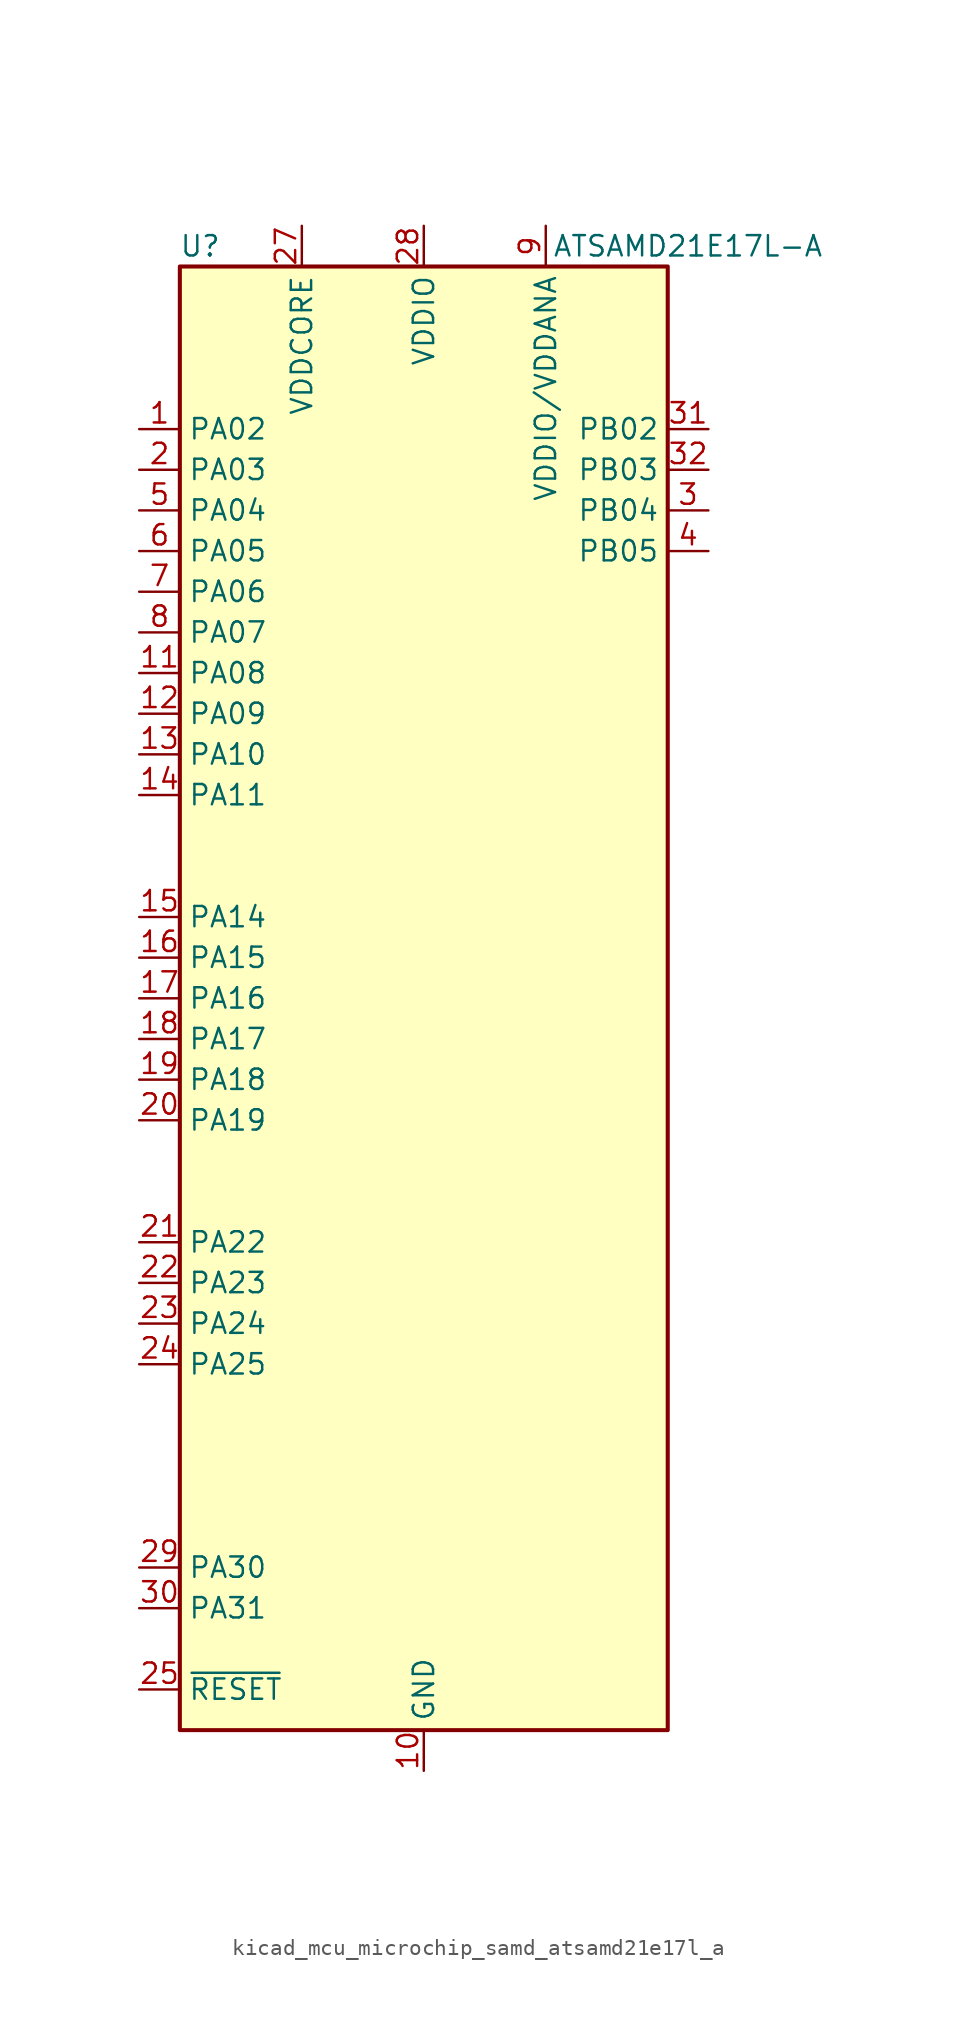
<source format=kicad_sym>
(kicad_symbol_lib
  (version 20220914)
  (generator kicad_symbol_editor)
  (symbol "kicad_mcu_microchip_samd_atsamd21e17l_a"
    (property "Reference" "U"
      (at -13.97 46.99 0)
      (effects (font (size 1.27 1.27))))
    (property "Value" "ATSAMD21E17L-A"
      (at 16.51 46.99 0)
      (effects (font (size 1.27 1.27))))
    (symbol "kicad_mcu_microchip_samd_atsamd21e17l_a_1_1"
      (rectangle (start -15.24 45.72) (end 15.24 -45.72) (stroke (width 0.254) (type default)) (fill (type background)))
      (pin bidirectional line (at -17.78 35.56 0) (length 2.54) (name "PA02" (effects (font (size 1.27 1.27)))) (number "1" (effects (font (size 1.27 1.27)))))
      (pin power_in line (at 0 -48.26 90) (length 2.54) (name "GND" (effects (font (size 1.27 1.27)))) (number "10" (effects (font (size 1.27 1.27)))))
      (pin bidirectional line (at -17.78 20.32 0) (length 2.54) (name "PA08" (effects (font (size 1.27 1.27)))) (number "11" (effects (font (size 1.27 1.27)))))
      (pin bidirectional line (at -17.78 17.78 0) (length 2.54) (name "PA09" (effects (font (size 1.27 1.27)))) (number "12" (effects (font (size 1.27 1.27)))))
      (pin bidirectional line (at -17.78 15.24 0) (length 2.54) (name "PA10" (effects (font (size 1.27 1.27)))) (number "13" (effects (font (size 1.27 1.27)))))
      (pin bidirectional line (at -17.78 12.7 0) (length 2.54) (name "PA11" (effects (font (size 1.27 1.27)))) (number "14" (effects (font (size 1.27 1.27)))))
      (pin bidirectional line (at -17.78 5.08 0) (length 2.54) (name "PA14" (effects (font (size 1.27 1.27)))) (number "15" (effects (font (size 1.27 1.27)))))
      (pin bidirectional line (at -17.78 2.54 0) (length 2.54) (name "PA15" (effects (font (size 1.27 1.27)))) (number "16" (effects (font (size 1.27 1.27)))))
      (pin bidirectional line (at -17.78 0 0) (length 2.54) (name "PA16" (effects (font (size 1.27 1.27)))) (number "17" (effects (font (size 1.27 1.27)))))
      (pin bidirectional line (at -17.78 -2.54 0) (length 2.54) (name "PA17" (effects (font (size 1.27 1.27)))) (number "18" (effects (font (size 1.27 1.27)))))
      (pin bidirectional line (at -17.78 -5.08 0) (length 2.54) (name "PA18" (effects (font (size 1.27 1.27)))) (number "19" (effects (font (size 1.27 1.27)))))
      (pin bidirectional line (at -17.78 33.02 0) (length 2.54) (name "PA03" (effects (font (size 1.27 1.27)))) (number "2" (effects (font (size 1.27 1.27)))))
      (pin bidirectional line (at -17.78 -7.62 0) (length 2.54) (name "PA19" (effects (font (size 1.27 1.27)))) (number "20" (effects (font (size 1.27 1.27)))))
      (pin bidirectional line (at -17.78 -15.24 0) (length 2.54) (name "PA22" (effects (font (size 1.27 1.27)))) (number "21" (effects (font (size 1.27 1.27)))))
      (pin bidirectional line (at -17.78 -17.78 0) (length 2.54) (name "PA23" (effects (font (size 1.27 1.27)))) (number "22" (effects (font (size 1.27 1.27)))))
      (pin bidirectional line (at -17.78 -20.32 0) (length 2.54) (name "PA24" (effects (font (size 1.27 1.27)))) (number "23" (effects (font (size 1.27 1.27)))))
      (pin bidirectional line (at -17.78 -22.86 0) (length 2.54) (name "PA25" (effects (font (size 1.27 1.27)))) (number "24" (effects (font (size 1.27 1.27)))))
      (pin input line (at -17.78 -43.18 0) (length 2.54) (name "~{RESET}" (effects (font (size 1.27 1.27)))) (number "25" (effects (font (size 1.27 1.27)))))
      (pin passive line (at 0 -48.26 90) (length 2.54) hide (name "GND" (effects (font (size 1.27 1.27)))) (number "26" (effects (font (size 1.27 1.27)))))
      (pin power_out line (at -7.62 48.26 270) (length 2.54) (name "VDDCORE" (effects (font (size 1.27 1.27)))) (number "27" (effects (font (size 1.27 1.27)))))
      (pin power_in line (at 0 48.26 270) (length 2.54) (name "VDDIO" (effects (font (size 1.27 1.27)))) (number "28" (effects (font (size 1.27 1.27)))))
      (pin bidirectional line (at -17.78 -35.56 0) (length 2.54) (name "PA30" (effects (font (size 1.27 1.27)))) (number "29" (effects (font (size 1.27 1.27)))))
      (pin bidirectional line (at 17.78 30.48 180) (length 2.54) (name "PB04" (effects (font (size 1.27 1.27)))) (number "3" (effects (font (size 1.27 1.27)))))
      (pin bidirectional line (at -17.78 -38.1 0) (length 2.54) (name "PA31" (effects (font (size 1.27 1.27)))) (number "30" (effects (font (size 1.27 1.27)))))
      (pin bidirectional line (at 17.78 35.56 180) (length 2.54) (name "PB02" (effects (font (size 1.27 1.27)))) (number "31" (effects (font (size 1.27 1.27)))))
      (pin bidirectional line (at 17.78 33.02 180) (length 2.54) (name "PB03" (effects (font (size 1.27 1.27)))) (number "32" (effects (font (size 1.27 1.27)))))
      (pin bidirectional line (at 17.78 27.94 180) (length 2.54) (name "PB05" (effects (font (size 1.27 1.27)))) (number "4" (effects (font (size 1.27 1.27)))))
      (pin bidirectional line (at -17.78 30.48 0) (length 2.54) (name "PA04" (effects (font (size 1.27 1.27)))) (number "5" (effects (font (size 1.27 1.27)))))
      (pin bidirectional line (at -17.78 27.94 0) (length 2.54) (name "PA05" (effects (font (size 1.27 1.27)))) (number "6" (effects (font (size 1.27 1.27)))))
      (pin bidirectional line (at -17.78 25.4 0) (length 2.54) (name "PA06" (effects (font (size 1.27 1.27)))) (number "7" (effects (font (size 1.27 1.27)))))
      (pin bidirectional line (at -17.78 22.86 0) (length 2.54) (name "PA07" (effects (font (size 1.27 1.27)))) (number "8" (effects (font (size 1.27 1.27)))))
      (pin power_in line (at 7.62 48.26 270) (length 2.54) (name "VDDIO/VDDANA" (effects (font (size 1.27 1.27)))) (number "9" (effects (font (size 1.27 1.27))))))))
</source>
